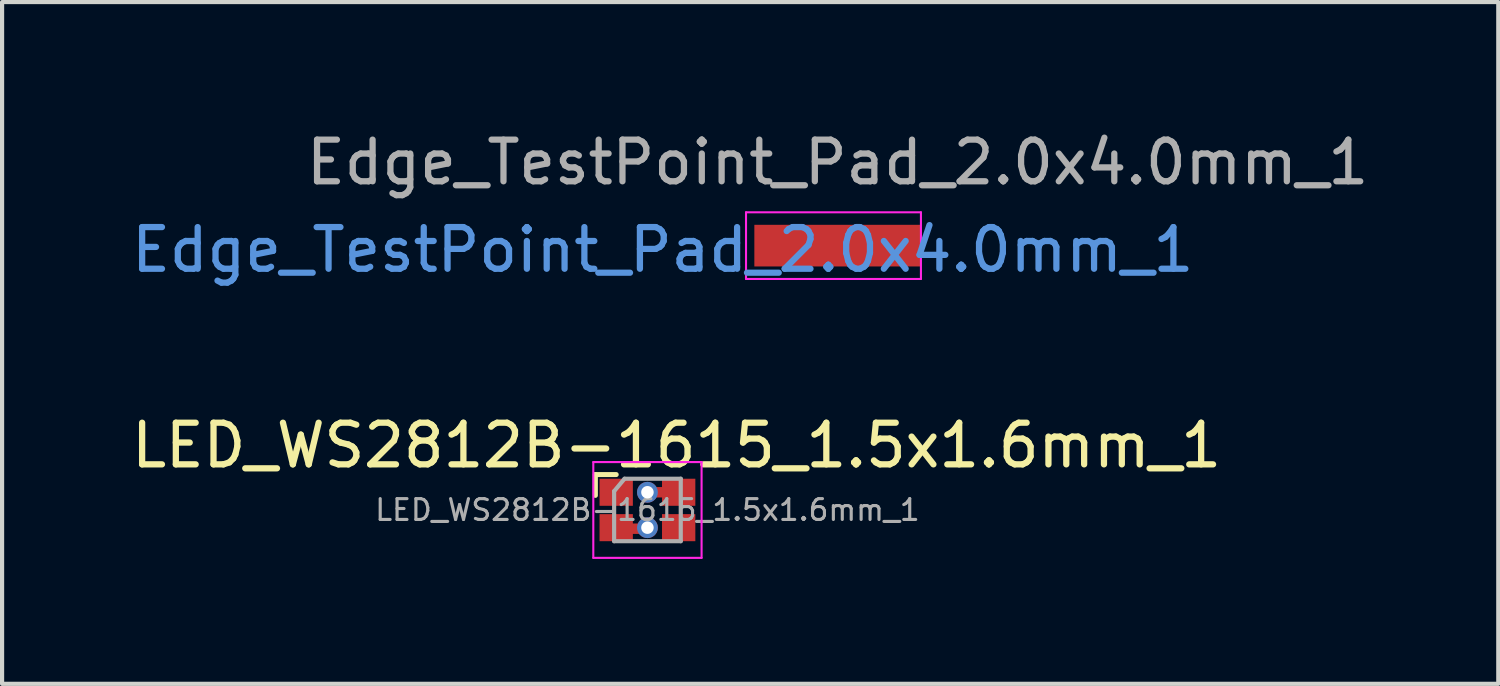
<source format=kicad_pcb>
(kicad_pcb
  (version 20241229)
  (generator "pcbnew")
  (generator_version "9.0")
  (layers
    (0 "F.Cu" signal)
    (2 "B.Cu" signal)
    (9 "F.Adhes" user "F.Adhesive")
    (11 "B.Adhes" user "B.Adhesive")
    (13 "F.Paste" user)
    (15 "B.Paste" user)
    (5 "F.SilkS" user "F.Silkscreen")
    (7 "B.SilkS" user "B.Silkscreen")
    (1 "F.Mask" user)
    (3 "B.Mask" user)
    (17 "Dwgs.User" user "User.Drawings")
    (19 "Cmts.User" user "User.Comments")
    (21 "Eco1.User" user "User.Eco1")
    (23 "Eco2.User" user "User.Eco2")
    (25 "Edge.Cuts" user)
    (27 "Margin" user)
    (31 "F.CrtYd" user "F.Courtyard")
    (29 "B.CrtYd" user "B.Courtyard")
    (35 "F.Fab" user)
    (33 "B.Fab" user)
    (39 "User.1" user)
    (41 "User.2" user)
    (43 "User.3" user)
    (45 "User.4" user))
  (footprint "LED_WS2812B-1615_1.5x1.6mm_1"
    (layer "F.Cu")
    (at 12.496 9.195)
    (property "Reference" "LED_WS2812B-1615_1.5x1.6mm_1" (at 0.7 -1.55 0) (layer "F.SilkS") (effects (font (size 1 1) (thickness 0.15))))
    (attr smd)
    (fp_line (start -1.25 -0.85) (end -1.25 -0.35) (stroke (width 0.12) (type solid)) (layer "F.SilkS"))
    (fp_line (start -0.75 -0.85) (end -1.25 -0.85) (stroke (width 0.12) (type solid)) (layer "F.SilkS"))
    (fp_line (start -1.3 -1.15) (end -1.3 1.15) (stroke (width 0.05) (type solid)) (layer "F.CrtYd"))
    (fp_line (start -1.3 1.15) (end 1.3 1.15) (stroke (width 0.05) (type solid)) (layer "F.CrtYd"))
    (fp_line (start 1.3 -1.15) (end -1.3 -1.15) (stroke (width 0.05) (type solid)) (layer "F.CrtYd"))
    (fp_line (start 1.3 1.15) (end 1.3 -1.15) (stroke (width 0.05) (type solid)) (layer "F.CrtYd"))
    (fp_line (start -0.8 -0.45) (end -0.8 0.75) (stroke (width 0.1) (type solid)) (layer "F.Fab"))
    (fp_line (start -0.8 0.75) (end 0.8 0.75) (stroke (width 0.1) (type solid)) (layer "F.Fab"))
    (fp_line (start -0.55 -0.75) (end -0.8 -0.45) (stroke (width 0.1) (type solid)) (layer "F.Fab"))
    (fp_line (start 0.8 -0.75) (end -0.55 -0.75) (stroke (width 0.1) (type solid)) (layer "F.Fab"))
    (fp_line (start 0.8 -0.75) (end 0.8 0.75) (stroke (width 0.1) (type solid)) (layer "F.Fab"))
    (fp_text user "${REFERENCE}" (at 0 0 0) (layer "F.Fab") (effects (font (size 0.5 0.5) (thickness 0.075))))
    (pad "1" smd rect (at -0.75 -0.425) (size 0.8 0.65) (layers "F.Cu" "F.Mask" "F.Paste"))
    (pad "2" thru_hole circle (at 0 -0.425) (size 0.5 0.5) (drill 0.3) (layers "*.Cu" "*.Mask"))
    (pad "2" smd rect (at 0.25 -0.425) (size 0.4 0.25) (layers "F.Cu" "F.Mask"))
    (pad "2" smd rect (at 0.75 -0.425) (size 0.8 0.65) (layers "F.Cu" "F.Mask" "F.Paste"))
    (pad "3" smd rect (at -0.75 0.425) (size 0.8 0.65) (layers "F.Cu" "F.Mask" "F.Paste"))
    (pad "3" smd rect (at -0.3 0.45) (size 0.4 0.25) (layers "F.Cu" "F.Mask"))
    (pad "3" thru_hole circle (at 0 0.425) (size 0.5 0.5) (drill 0.3) (layers "*.Cu" "*.Mask"))
    (pad "4" smd rect (at 0.75 0.425) (size 0.8 0.65) (layers "F.Cu" "F.Mask" "F.Paste")))
  (footprint "Edge_TestPoint_Pad_2.0x4.0mm_1"
    (layer "F.Cu")
    (at 17.063 2.848)
    (property "Reference" "Edge_TestPoint_Pad_2.0x4.0mm_1" (at -4.2 0.1 0) (layer "Cmts.User") (effects (font (size 1 1) (thickness 0.15))))
    (attr exclude_from_pos_files exclude_from_bom)
    (fp_line (start -2.2 -0.8) (end -2.2 0.8) (stroke (width 0.05) (type solid)) (layer "F.CrtYd"))
    (fp_line (start -2.2 -0.8) (end 2 -0.8) (stroke (width 0.05) (type solid)) (layer "F.CrtYd"))
    (fp_line (start 2 0.8) (end -2.2 0.8) (stroke (width 0.05) (type solid)) (layer "F.CrtYd"))
    (fp_line (start 2 0.8) (end 2 -0.8) (stroke (width 0.05) (type solid)) (layer "F.CrtYd"))
    (fp_text user "${REFERENCE}" (at 0 -2 0) (layer "F.Fab") (effects (font (size 1 1) (thickness 0.15))))
    (pad "1" smd rect (at 0 0) (size 4 1) (layers "F.Cu" "F.Mask")))
  (gr_rect
    (start -3 -3)
    (end 32.926 13.37)
    (stroke (width 0.1) (type default))
    (fill no)
    (layer "Edge.Cuts")))
</source>
